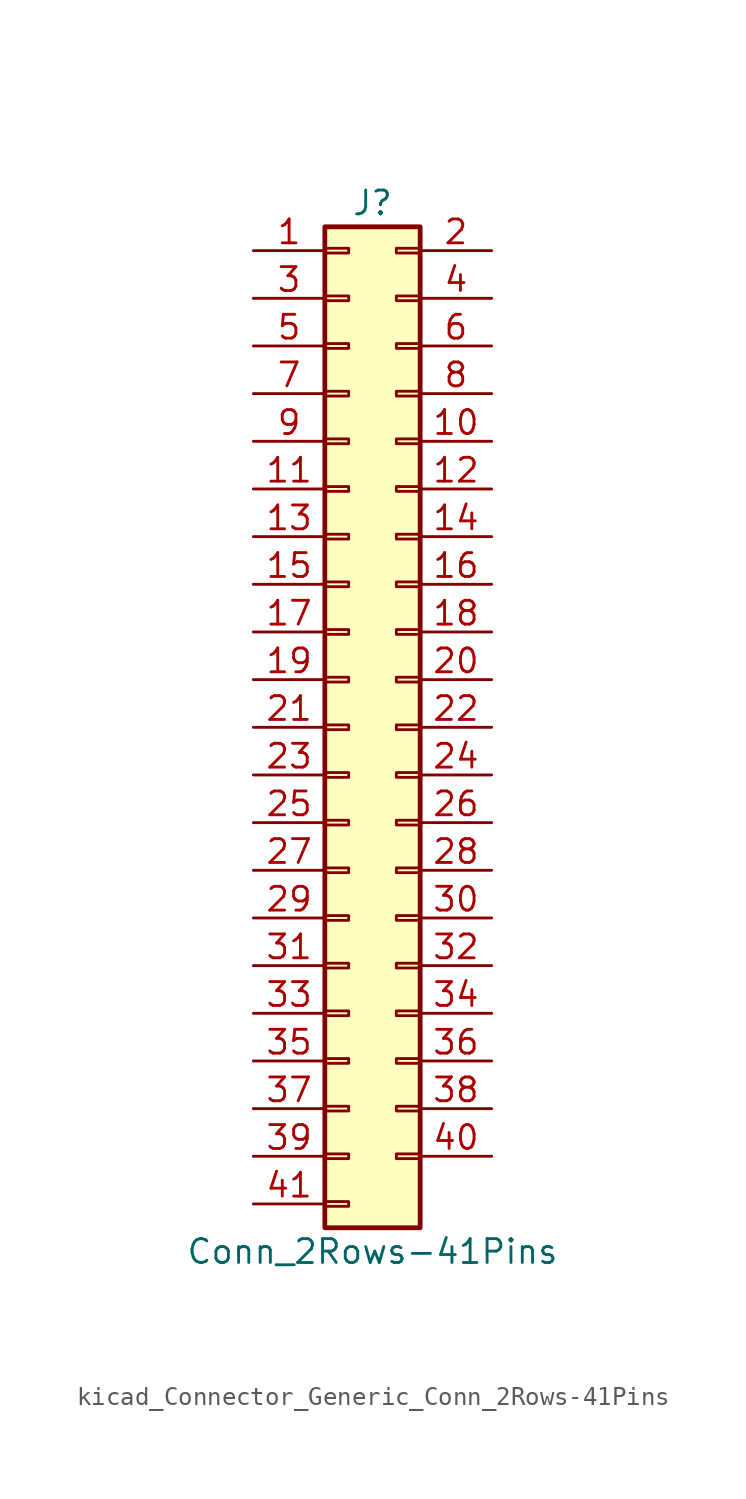
<source format=kicad_sym>
(kicad_symbol_lib
  (version 20220914)
  (generator kicad_symbol_editor)
  (symbol "kicad_Connector_Generic_Conn_2Rows-41Pins"
    (pin_names
      (offset 1.016) hide)
    (property "Reference" "J"
      (at 1.27 27.94 0)
      (effects (font (size 1.27 1.27))))
    (property "Value" "Conn_2Rows-41Pins"
      (at 1.27 -27.94 0)
      (effects (font (size 1.27 1.27))))
    (symbol "kicad_Connector_Generic_Conn_2Rows-41Pins_1_1"
      (rectangle (start -1.27 -25.273) (end 0 -25.527) (stroke (width 0.152) (type default)) (fill (type none)))
      (rectangle (start -1.27 -22.733) (end 0 -22.987) (stroke (width 0.152) (type default)) (fill (type none)))
      (rectangle (start -1.27 -20.193) (end 0 -20.447) (stroke (width 0.152) (type default)) (fill (type none)))
      (rectangle (start -1.27 -17.653) (end 0 -17.907) (stroke (width 0.152) (type default)) (fill (type none)))
      (rectangle (start -1.27 -15.113) (end 0 -15.367) (stroke (width 0.152) (type default)) (fill (type none)))
      (rectangle (start -1.27 -12.573) (end 0 -12.827) (stroke (width 0.152) (type default)) (fill (type none)))
      (rectangle (start -1.27 -10.033) (end 0 -10.287) (stroke (width 0.152) (type default)) (fill (type none)))
      (rectangle (start -1.27 -7.493) (end 0 -7.747) (stroke (width 0.152) (type default)) (fill (type none)))
      (rectangle (start -1.27 -4.953) (end 0 -5.207) (stroke (width 0.152) (type default)) (fill (type none)))
      (rectangle (start -1.27 -2.413) (end 0 -2.667) (stroke (width 0.152) (type default)) (fill (type none)))
      (rectangle (start -1.27 0.127) (end 0 -0.127) (stroke (width 0.152) (type default)) (fill (type none)))
      (rectangle (start -1.27 2.667) (end 0 2.413) (stroke (width 0.152) (type default)) (fill (type none)))
      (rectangle (start -1.27 5.207) (end 0 4.953) (stroke (width 0.152) (type default)) (fill (type none)))
      (rectangle (start -1.27 7.747) (end 0 7.493) (stroke (width 0.152) (type default)) (fill (type none)))
      (rectangle (start -1.27 10.287) (end 0 10.033) (stroke (width 0.152) (type default)) (fill (type none)))
      (rectangle (start -1.27 12.827) (end 0 12.573) (stroke (width 0.152) (type default)) (fill (type none)))
      (rectangle (start -1.27 15.367) (end 0 15.113) (stroke (width 0.152) (type default)) (fill (type none)))
      (rectangle (start -1.27 17.907) (end 0 17.653) (stroke (width 0.152) (type default)) (fill (type none)))
      (rectangle (start -1.27 20.447) (end 0 20.193) (stroke (width 0.152) (type default)) (fill (type none)))
      (rectangle (start -1.27 22.987) (end 0 22.733) (stroke (width 0.152) (type default)) (fill (type none)))
      (rectangle (start -1.27 25.527) (end 0 25.273) (stroke (width 0.152) (type default)) (fill (type none)))
      (rectangle (start -1.27 26.67) (end 3.81 -26.67) (stroke (width 0.254) (type default)) (fill (type background)))
      (rectangle (start 3.81 -22.733) (end 2.54 -22.987) (stroke (width 0.152) (type default)) (fill (type none)))
      (rectangle (start 3.81 -20.193) (end 2.54 -20.447) (stroke (width 0.152) (type default)) (fill (type none)))
      (rectangle (start 3.81 -17.653) (end 2.54 -17.907) (stroke (width 0.152) (type default)) (fill (type none)))
      (rectangle (start 3.81 -15.113) (end 2.54 -15.367) (stroke (width 0.152) (type default)) (fill (type none)))
      (rectangle (start 3.81 -12.573) (end 2.54 -12.827) (stroke (width 0.152) (type default)) (fill (type none)))
      (rectangle (start 3.81 -10.033) (end 2.54 -10.287) (stroke (width 0.152) (type default)) (fill (type none)))
      (rectangle (start 3.81 -7.493) (end 2.54 -7.747) (stroke (width 0.152) (type default)) (fill (type none)))
      (rectangle (start 3.81 -4.953) (end 2.54 -5.207) (stroke (width 0.152) (type default)) (fill (type none)))
      (rectangle (start 3.81 -2.413) (end 2.54 -2.667) (stroke (width 0.152) (type default)) (fill (type none)))
      (rectangle (start 3.81 0.127) (end 2.54 -0.127) (stroke (width 0.152) (type default)) (fill (type none)))
      (rectangle (start 3.81 2.667) (end 2.54 2.413) (stroke (width 0.152) (type default)) (fill (type none)))
      (rectangle (start 3.81 5.207) (end 2.54 4.953) (stroke (width 0.152) (type default)) (fill (type none)))
      (rectangle (start 3.81 7.747) (end 2.54 7.493) (stroke (width 0.152) (type default)) (fill (type none)))
      (rectangle (start 3.81 10.287) (end 2.54 10.033) (stroke (width 0.152) (type default)) (fill (type none)))
      (rectangle (start 3.81 12.827) (end 2.54 12.573) (stroke (width 0.152) (type default)) (fill (type none)))
      (rectangle (start 3.81 15.367) (end 2.54 15.113) (stroke (width 0.152) (type default)) (fill (type none)))
      (rectangle (start 3.81 17.907) (end 2.54 17.653) (stroke (width 0.152) (type default)) (fill (type none)))
      (rectangle (start 3.81 20.447) (end 2.54 20.193) (stroke (width 0.152) (type default)) (fill (type none)))
      (rectangle (start 3.81 22.987) (end 2.54 22.733) (stroke (width 0.152) (type default)) (fill (type none)))
      (rectangle (start 3.81 25.527) (end 2.54 25.273) (stroke (width 0.152) (type default)) (fill (type none)))
      (pin passive line (at -5.08 25.4 0) (length 3.81) (name "Pin_1" (effects (font (size 1.27 1.27)))) (number "1" (effects (font (size 1.27 1.27)))))
      (pin passive line (at 7.62 15.24 180) (length 3.81) (name "Pin_10" (effects (font (size 1.27 1.27)))) (number "10" (effects (font (size 1.27 1.27)))))
      (pin passive line (at -5.08 12.7 0) (length 3.81) (name "Pin_11" (effects (font (size 1.27 1.27)))) (number "11" (effects (font (size 1.27 1.27)))))
      (pin passive line (at 7.62 12.7 180) (length 3.81) (name "Pin_12" (effects (font (size 1.27 1.27)))) (number "12" (effects (font (size 1.27 1.27)))))
      (pin passive line (at -5.08 10.16 0) (length 3.81) (name "Pin_13" (effects (font (size 1.27 1.27)))) (number "13" (effects (font (size 1.27 1.27)))))
      (pin passive line (at 7.62 10.16 180) (length 3.81) (name "Pin_14" (effects (font (size 1.27 1.27)))) (number "14" (effects (font (size 1.27 1.27)))))
      (pin passive line (at -5.08 7.62 0) (length 3.81) (name "Pin_15" (effects (font (size 1.27 1.27)))) (number "15" (effects (font (size 1.27 1.27)))))
      (pin passive line (at 7.62 7.62 180) (length 3.81) (name "Pin_16" (effects (font (size 1.27 1.27)))) (number "16" (effects (font (size 1.27 1.27)))))
      (pin passive line (at -5.08 5.08 0) (length 3.81) (name "Pin_17" (effects (font (size 1.27 1.27)))) (number "17" (effects (font (size 1.27 1.27)))))
      (pin passive line (at 7.62 5.08 180) (length 3.81) (name "Pin_18" (effects (font (size 1.27 1.27)))) (number "18" (effects (font (size 1.27 1.27)))))
      (pin passive line (at -5.08 2.54 0) (length 3.81) (name "Pin_19" (effects (font (size 1.27 1.27)))) (number "19" (effects (font (size 1.27 1.27)))))
      (pin passive line (at 7.62 25.4 180) (length 3.81) (name "Pin_2" (effects (font (size 1.27 1.27)))) (number "2" (effects (font (size 1.27 1.27)))))
      (pin passive line (at 7.62 2.54 180) (length 3.81) (name "Pin_20" (effects (font (size 1.27 1.27)))) (number "20" (effects (font (size 1.27 1.27)))))
      (pin passive line (at -5.08 0 0) (length 3.81) (name "Pin_21" (effects (font (size 1.27 1.27)))) (number "21" (effects (font (size 1.27 1.27)))))
      (pin passive line (at 7.62 0 180) (length 3.81) (name "Pin_22" (effects (font (size 1.27 1.27)))) (number "22" (effects (font (size 1.27 1.27)))))
      (pin passive line (at -5.08 -2.54 0) (length 3.81) (name "Pin_23" (effects (font (size 1.27 1.27)))) (number "23" (effects (font (size 1.27 1.27)))))
      (pin passive line (at 7.62 -2.54 180) (length 3.81) (name "Pin_24" (effects (font (size 1.27 1.27)))) (number "24" (effects (font (size 1.27 1.27)))))
      (pin passive line (at -5.08 -5.08 0) (length 3.81) (name "Pin_25" (effects (font (size 1.27 1.27)))) (number "25" (effects (font (size 1.27 1.27)))))
      (pin passive line (at 7.62 -5.08 180) (length 3.81) (name "Pin_26" (effects (font (size 1.27 1.27)))) (number "26" (effects (font (size 1.27 1.27)))))
      (pin passive line (at -5.08 -7.62 0) (length 3.81) (name "Pin_27" (effects (font (size 1.27 1.27)))) (number "27" (effects (font (size 1.27 1.27)))))
      (pin passive line (at 7.62 -7.62 180) (length 3.81) (name "Pin_28" (effects (font (size 1.27 1.27)))) (number "28" (effects (font (size 1.27 1.27)))))
      (pin passive line (at -5.08 -10.16 0) (length 3.81) (name "Pin_29" (effects (font (size 1.27 1.27)))) (number "29" (effects (font (size 1.27 1.27)))))
      (pin passive line (at -5.08 22.86 0) (length 3.81) (name "Pin_3" (effects (font (size 1.27 1.27)))) (number "3" (effects (font (size 1.27 1.27)))))
      (pin passive line (at 7.62 -10.16 180) (length 3.81) (name "Pin_30" (effects (font (size 1.27 1.27)))) (number "30" (effects (font (size 1.27 1.27)))))
      (pin passive line (at -5.08 -12.7 0) (length 3.81) (name "Pin_31" (effects (font (size 1.27 1.27)))) (number "31" (effects (font (size 1.27 1.27)))))
      (pin passive line (at 7.62 -12.7 180) (length 3.81) (name "Pin_32" (effects (font (size 1.27 1.27)))) (number "32" (effects (font (size 1.27 1.27)))))
      (pin passive line (at -5.08 -15.24 0) (length 3.81) (name "Pin_33" (effects (font (size 1.27 1.27)))) (number "33" (effects (font (size 1.27 1.27)))))
      (pin passive line (at 7.62 -15.24 180) (length 3.81) (name "Pin_34" (effects (font (size 1.27 1.27)))) (number "34" (effects (font (size 1.27 1.27)))))
      (pin passive line (at -5.08 -17.78 0) (length 3.81) (name "Pin_35" (effects (font (size 1.27 1.27)))) (number "35" (effects (font (size 1.27 1.27)))))
      (pin passive line (at 7.62 -17.78 180) (length 3.81) (name "Pin_36" (effects (font (size 1.27 1.27)))) (number "36" (effects (font (size 1.27 1.27)))))
      (pin passive line (at -5.08 -20.32 0) (length 3.81) (name "Pin_37" (effects (font (size 1.27 1.27)))) (number "37" (effects (font (size 1.27 1.27)))))
      (pin passive line (at 7.62 -20.32 180) (length 3.81) (name "Pin_38" (effects (font (size 1.27 1.27)))) (number "38" (effects (font (size 1.27 1.27)))))
      (pin passive line (at -5.08 -22.86 0) (length 3.81) (name "Pin_39" (effects (font (size 1.27 1.27)))) (number "39" (effects (font (size 1.27 1.27)))))
      (pin passive line (at 7.62 22.86 180) (length 3.81) (name "Pin_4" (effects (font (size 1.27 1.27)))) (number "4" (effects (font (size 1.27 1.27)))))
      (pin passive line (at 7.62 -22.86 180) (length 3.81) (name "Pin_40" (effects (font (size 1.27 1.27)))) (number "40" (effects (font (size 1.27 1.27)))))
      (pin passive line (at -5.08 -25.4 0) (length 3.81) (name "Pin_41" (effects (font (size 1.27 1.27)))) (number "41" (effects (font (size 1.27 1.27)))))
      (pin passive line (at -5.08 20.32 0) (length 3.81) (name "Pin_5" (effects (font (size 1.27 1.27)))) (number "5" (effects (font (size 1.27 1.27)))))
      (pin passive line (at 7.62 20.32 180) (length 3.81) (name "Pin_6" (effects (font (size 1.27 1.27)))) (number "6" (effects (font (size 1.27 1.27)))))
      (pin passive line (at -5.08 17.78 0) (length 3.81) (name "Pin_7" (effects (font (size 1.27 1.27)))) (number "7" (effects (font (size 1.27 1.27)))))
      (pin passive line (at 7.62 17.78 180) (length 3.81) (name "Pin_8" (effects (font (size 1.27 1.27)))) (number "8" (effects (font (size 1.27 1.27)))))
      (pin passive line (at -5.08 15.24 0) (length 3.81) (name "Pin_9" (effects (font (size 1.27 1.27)))) (number "9" (effects (font (size 1.27 1.27))))))))
</source>
